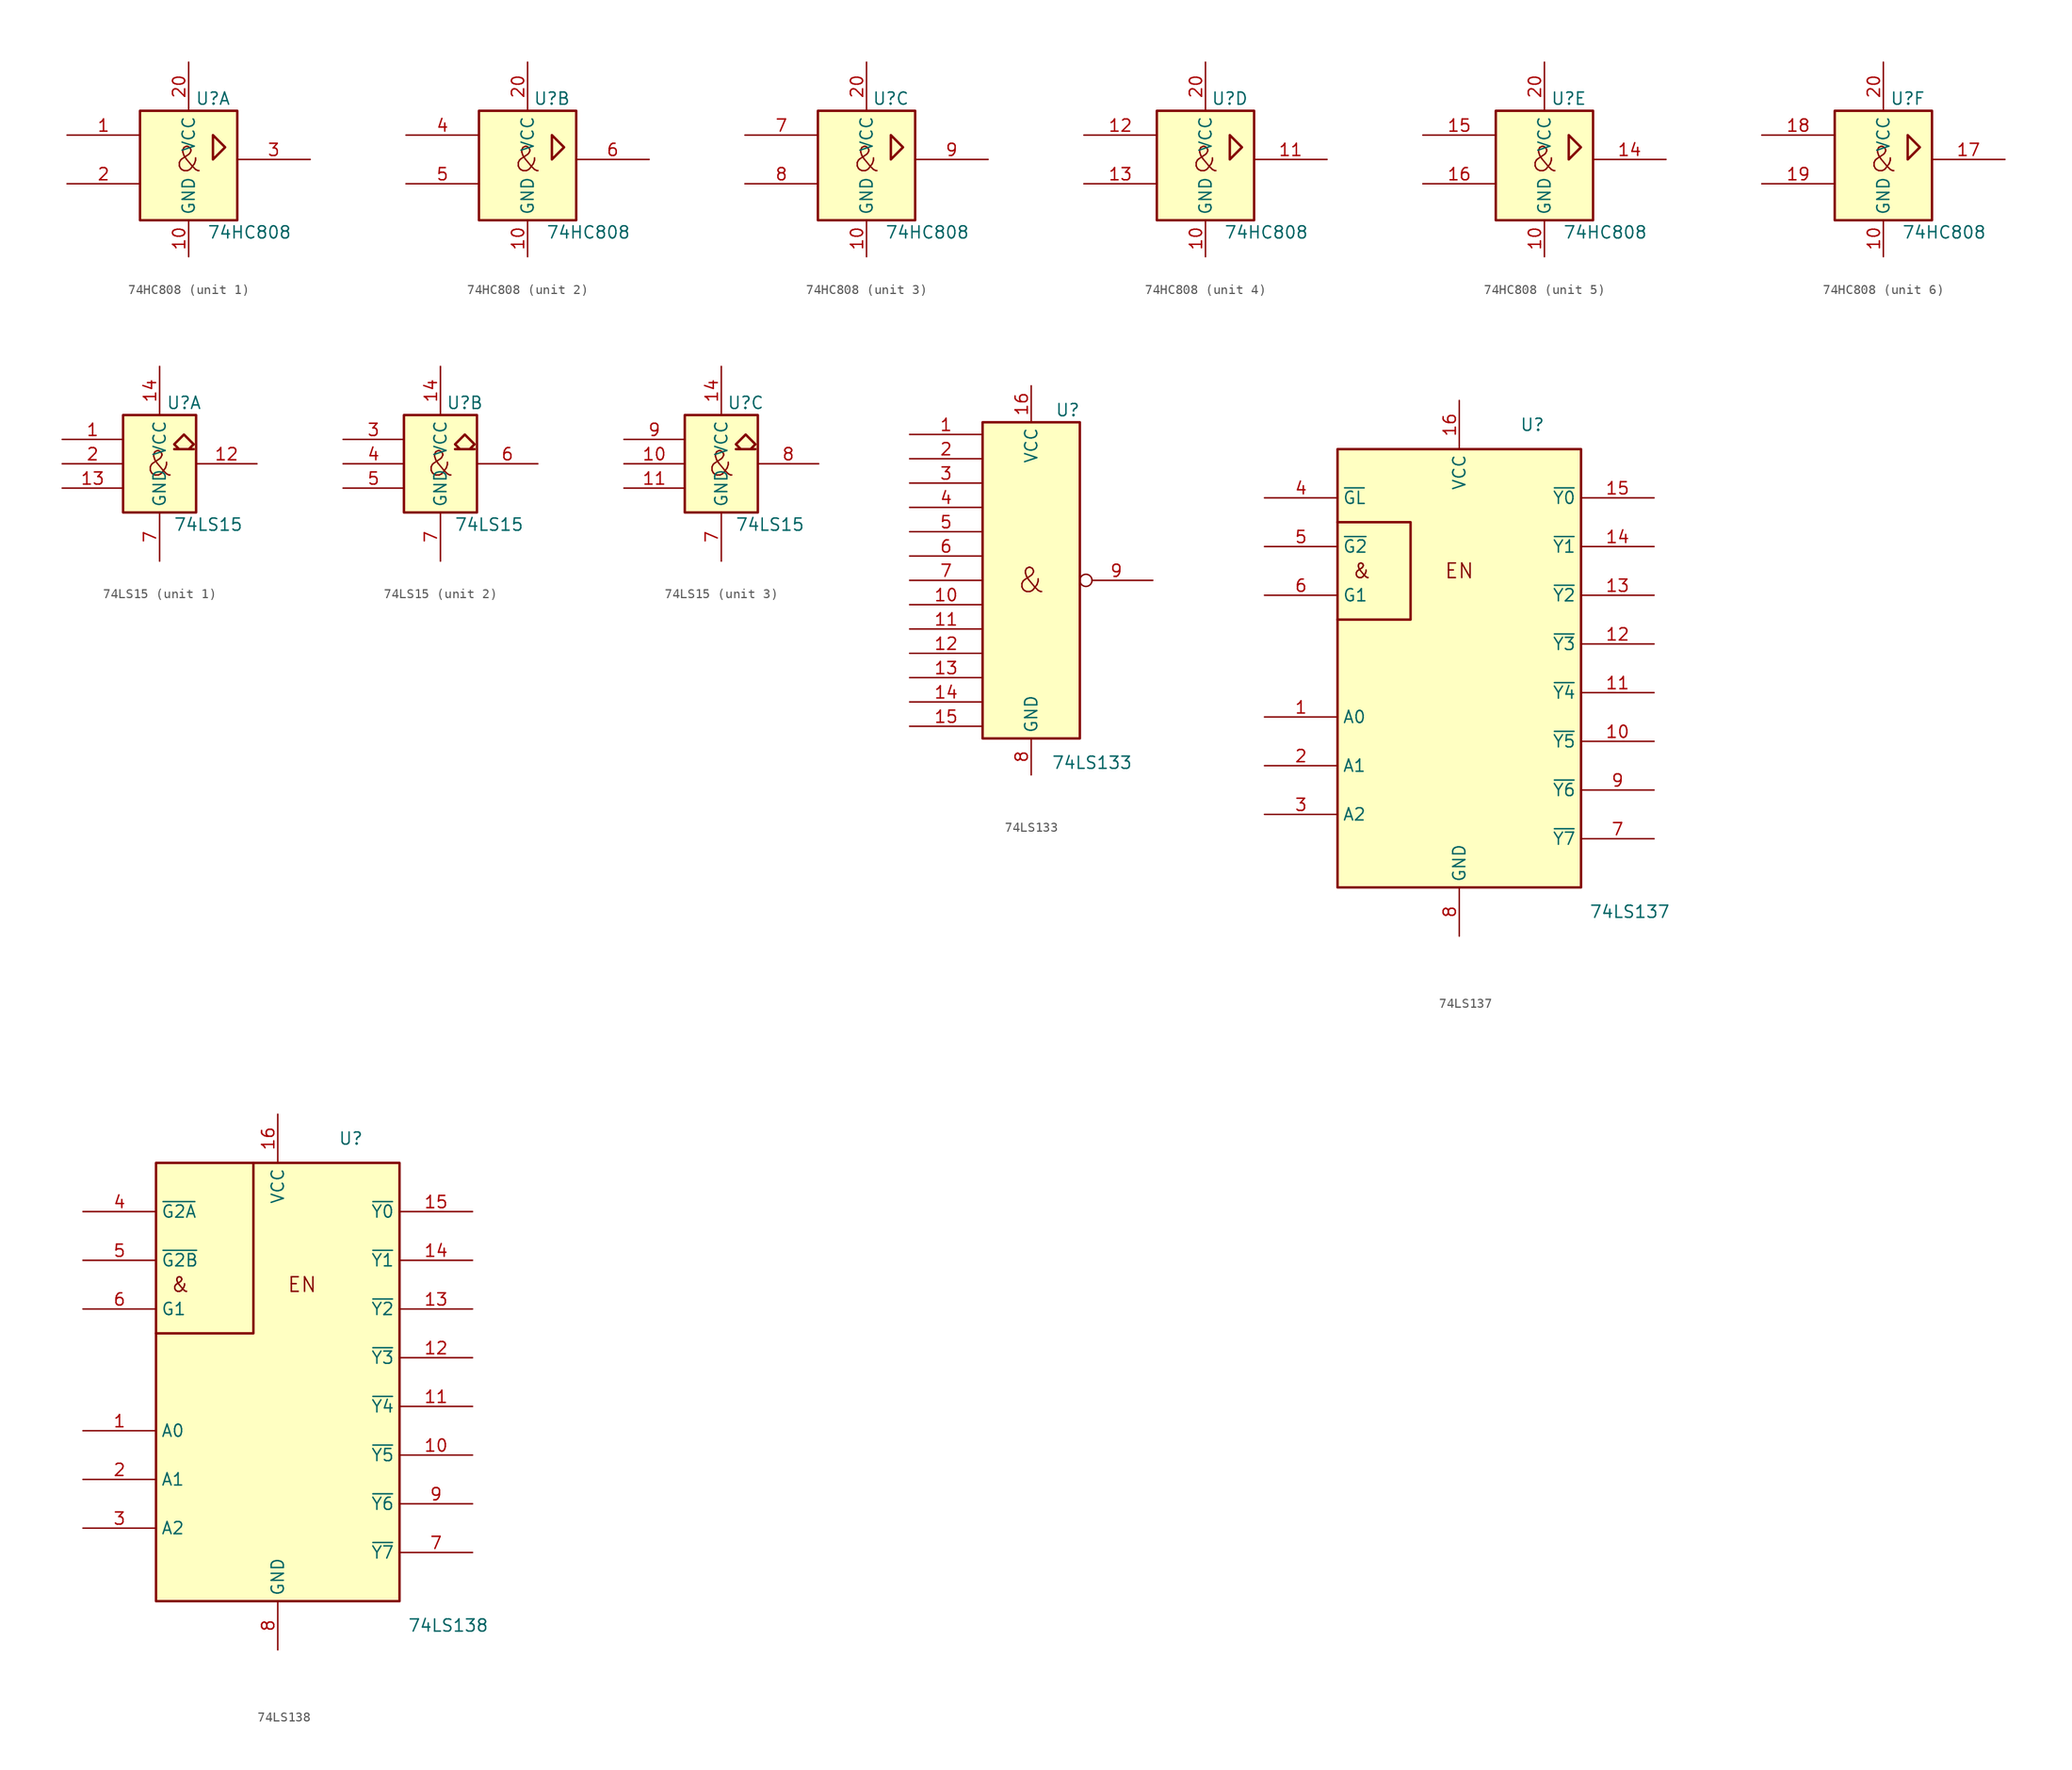
<source format=kicad_sym>
(kicad_symbol_lib
  (version 20241209)
  (generator "kicad_symbol_editor")
  (generator_version "9.0")
  (symbol "74HC808"
    (property "Reference" "U"
      (at 2.54 6.35 0)
      (effects (font (size 1.27 1.27))))
    (property "Value" "74HC808"
      (at 6.35 -7.62 0)
      (effects (font (size 1.27 1.27))))
    (symbol "74HC808_0_1"
      (rectangle (start -5.08 5.08) (end 5.08 -6.35) (stroke (width 0.254) (type default)) (fill (type background)))
      (polyline (pts (xy 2.54 0) (xy 2.54 2.54) (xy 3.81 1.27) (xy 2.54 0) (xy 2.54 0)) (stroke (width 0.254) (type default)) (fill (type background)))
      (text "&" (at 0 0 0) (effects (font (size 2.54 2.54))))
      (pin power_in line (at 0 10.16 270) (length 5.08) (name "VCC" (effects (font (size 1.27 1.27)))) (number "20" (effects (font (size 1.27 1.27)))))
      (pin power_in line (at 0 -10.16 90) (length 3.81) (name "GND" (effects (font (size 1.27 1.27)))) (number "10" (effects (font (size 1.27 1.27))))))
    (symbol "74HC808_1_1"
      (pin input line (at -12.7 2.54 0) (length 7.62) (name "~" (effects (font (size 1.27 1.27)))) (number "1" (effects (font (size 1.27 1.27)))))
      (pin input line (at -12.7 -2.54 0) (length 7.62) (name "~" (effects (font (size 1.27 1.27)))) (number "2" (effects (font (size 1.27 1.27)))))
      (pin output line (at 12.7 0 180) (length 7.62) (name "~" (effects (font (size 1.27 1.27)))) (number "3" (effects (font (size 1.27 1.27))))))
    (symbol "74HC808_2_1"
      (pin input line (at -12.7 2.54 0) (length 7.62) (name "~" (effects (font (size 1.27 1.27)))) (number "4" (effects (font (size 1.27 1.27)))))
      (pin input line (at -12.7 -2.54 0) (length 7.62) (name "~" (effects (font (size 1.27 1.27)))) (number "5" (effects (font (size 1.27 1.27)))))
      (pin output line (at 12.7 0 180) (length 7.62) (name "~" (effects (font (size 1.27 1.27)))) (number "6" (effects (font (size 1.27 1.27))))))
    (symbol "74HC808_3_1"
      (pin input line (at -12.7 2.54 0) (length 7.62) (name "~" (effects (font (size 1.27 1.27)))) (number "7" (effects (font (size 1.27 1.27)))))
      (pin input line (at -12.7 -2.54 0) (length 7.62) (name "~" (effects (font (size 1.27 1.27)))) (number "8" (effects (font (size 1.27 1.27)))))
      (pin output line (at 12.7 0 180) (length 7.62) (name "~" (effects (font (size 1.27 1.27)))) (number "9" (effects (font (size 1.27 1.27))))))
    (symbol "74HC808_4_1"
      (pin input line (at -12.7 2.54 0) (length 7.62) (name "~" (effects (font (size 1.27 1.27)))) (number "12" (effects (font (size 1.27 1.27)))))
      (pin input line (at -12.7 -2.54 0) (length 7.62) (name "~" (effects (font (size 1.27 1.27)))) (number "13" (effects (font (size 1.27 1.27)))))
      (pin output line (at 12.7 0 180) (length 7.62) (name "~" (effects (font (size 1.27 1.27)))) (number "11" (effects (font (size 1.27 1.27))))))
    (symbol "74HC808_5_1"
      (pin input line (at -12.7 2.54 0) (length 7.62) (name "~" (effects (font (size 1.27 1.27)))) (number "15" (effects (font (size 1.27 1.27)))))
      (pin input line (at -12.7 -2.54 0) (length 7.62) (name "~" (effects (font (size 1.27 1.27)))) (number "16" (effects (font (size 1.27 1.27)))))
      (pin output line (at 12.7 0 180) (length 7.62) (name "~" (effects (font (size 1.27 1.27)))) (number "14" (effects (font (size 1.27 1.27))))))
    (symbol "74HC808_6_1"
      (pin input line (at -12.7 2.54 0) (length 7.62) (name "~" (effects (font (size 1.27 1.27)))) (number "18" (effects (font (size 1.27 1.27)))))
      (pin input line (at -12.7 -2.54 0) (length 7.62) (name "~" (effects (font (size 1.27 1.27)))) (number "19" (effects (font (size 1.27 1.27)))))
      (pin output line (at 12.7 0 180) (length 7.62) (name "~" (effects (font (size 1.27 1.27)))) (number "17" (effects (font (size 1.27 1.27)))))))
  (symbol "74LS15"
    (property "Reference" "U"
      (at 2.54 6.35 0)
      (effects (font (size 1.27 1.27))))
    (property "Value" "74LS15"
      (at 5.08 -6.35 0)
      (effects (font (size 1.27 1.27))))
    (symbol "74LS15_0_0"
      (polyline (pts (xy 2.032 1.524) (xy 1.524 2.032) (xy 2.54 3.048) (xy 3.556 2.032) (xy 3.048 1.524) (xy 3.556 1.524) (xy 1.524 1.524) (xy 1.524 1.524)) (stroke (width 0.254) (type default)) (fill (type background)))
      (text "&" (at 0 0 0) (effects (font (size 2.54 2.54)))))
    (symbol "74LS15_0_1"
      (rectangle (start -3.81 5.08) (end 3.81 -5.08) (stroke (width 0.254) (type default)) (fill (type background)))
      (pin power_in line (at 0 10.16 270) (length 5.08) (name "VCC" (effects (font (size 1.27 1.27)))) (number "14" (effects (font (size 1.27 1.27)))))
      (pin power_in line (at 0 -10.16 90) (length 5.08) (name "GND" (effects (font (size 1.27 1.27)))) (number "7" (effects (font (size 1.27 1.27))))))
    (symbol "74LS15_1_1"
      (pin input line (at -10.16 2.54 0) (length 6.35) (name "~" (effects (font (size 1.27 1.27)))) (number "1" (effects (font (size 1.27 1.27)))))
      (pin input line (at -10.16 0 0) (length 6.35) (name "~" (effects (font (size 1.27 1.27)))) (number "2" (effects (font (size 1.27 1.27)))))
      (pin input line (at -10.16 -2.54 0) (length 6.35) (name "~" (effects (font (size 1.27 1.27)))) (number "13" (effects (font (size 1.27 1.27)))))
      (pin output line (at 10.16 0 180) (length 6.35) (name "~" (effects (font (size 1.27 1.27)))) (number "12" (effects (font (size 1.27 1.27))))))
    (symbol "74LS15_2_1"
      (pin input line (at -10.16 2.54 0) (length 6.35) (name "~" (effects (font (size 1.27 1.27)))) (number "3" (effects (font (size 1.27 1.27)))))
      (pin input line (at -10.16 0 0) (length 6.35) (name "~" (effects (font (size 1.27 1.27)))) (number "4" (effects (font (size 1.27 1.27)))))
      (pin input line (at -10.16 -2.54 0) (length 6.35) (name "~" (effects (font (size 1.27 1.27)))) (number "5" (effects (font (size 1.27 1.27)))))
      (pin output line (at 10.16 0 180) (length 6.35) (name "~" (effects (font (size 1.27 1.27)))) (number "6" (effects (font (size 1.27 1.27))))))
    (symbol "74LS15_3_1"
      (pin input line (at -10.16 2.54 0) (length 6.35) (name "~" (effects (font (size 1.27 1.27)))) (number "9" (effects (font (size 1.27 1.27)))))
      (pin input line (at -10.16 0 0) (length 6.35) (name "~" (effects (font (size 1.27 1.27)))) (number "10" (effects (font (size 1.27 1.27)))))
      (pin input line (at -10.16 -2.54 0) (length 6.35) (name "~" (effects (font (size 1.27 1.27)))) (number "11" (effects (font (size 1.27 1.27)))))
      (pin output line (at 10.16 0 180) (length 6.35) (name "~" (effects (font (size 1.27 1.27)))) (number "8" (effects (font (size 1.27 1.27)))))))
  (symbol "74LS133"
    (property "Reference" "U"
      (at 3.81 17.78 0)
      (effects (font (size 1.27 1.27))))
    (property "Value" "74LS133"
      (at 6.35 -19.05 0)
      (effects (font (size 1.27 1.27))))
    (symbol "74LS133_0_0"
      (text "&" (at 0 0 0) (effects (font (size 2.54 2.54)))))
    (symbol "74LS133_0_1"
      (rectangle (start -5.08 16.51) (end 5.08 -16.51) (stroke (width 0.254) (type default)) (fill (type background)))
      (pin power_in line (at 0 20.32 270) (length 3.81) (name "VCC" (effects (font (size 1.27 1.27)))) (number "16" (effects (font (size 1.27 1.27)))))
      (pin power_in line (at 0 -20.32 90) (length 3.81) (name "GND" (effects (font (size 1.27 1.27)))) (number "8" (effects (font (size 1.27 1.27))))))
    (symbol "74LS133_1_1"
      (pin input line (at -12.7 15.24 0) (length 7.62) (name "~" (effects (font (size 1.27 1.27)))) (number "1" (effects (font (size 1.27 1.27)))))
      (pin input line (at -12.7 12.7 0) (length 7.62) (name "~" (effects (font (size 1.27 1.27)))) (number "2" (effects (font (size 1.27 1.27)))))
      (pin input line (at -12.7 10.16 0) (length 7.62) (name "~" (effects (font (size 1.27 1.27)))) (number "3" (effects (font (size 1.27 1.27)))))
      (pin input line (at -12.7 7.62 0) (length 7.62) (name "~" (effects (font (size 1.27 1.27)))) (number "4" (effects (font (size 1.27 1.27)))))
      (pin input line (at -12.7 5.08 0) (length 7.62) (name "~" (effects (font (size 1.27 1.27)))) (number "5" (effects (font (size 1.27 1.27)))))
      (pin input line (at -12.7 2.54 0) (length 7.62) (name "~" (effects (font (size 1.27 1.27)))) (number "6" (effects (font (size 1.27 1.27)))))
      (pin input line (at -12.7 0 0) (length 7.62) (name "~" (effects (font (size 1.27 1.27)))) (number "7" (effects (font (size 1.27 1.27)))))
      (pin input line (at -12.7 -2.54 0) (length 7.62) (name "~" (effects (font (size 1.27 1.27)))) (number "10" (effects (font (size 1.27 1.27)))))
      (pin input line (at -12.7 -5.08 0) (length 7.62) (name "~" (effects (font (size 1.27 1.27)))) (number "11" (effects (font (size 1.27 1.27)))))
      (pin input line (at -12.7 -7.62 0) (length 7.62) (name "~" (effects (font (size 1.27 1.27)))) (number "12" (effects (font (size 1.27 1.27)))))
      (pin input line (at -12.7 -10.16 0) (length 7.62) (name "~" (effects (font (size 1.27 1.27)))) (number "13" (effects (font (size 1.27 1.27)))))
      (pin input line (at -12.7 -12.7 0) (length 7.62) (name "~" (effects (font (size 1.27 1.27)))) (number "14" (effects (font (size 1.27 1.27)))))
      (pin input line (at -12.7 -15.24 0) (length 7.62) (name "~" (effects (font (size 1.27 1.27)))) (number "15" (effects (font (size 1.27 1.27)))))
      (pin output inverted (at 12.7 0 180) (length 7.62) (name "~" (effects (font (size 1.27 1.27)))) (number "9" (effects (font (size 1.27 1.27)))))))
  (symbol "74LS137"
    (property "Reference" "U"
      (at 7.62 17.78 0)
      (effects (font (size 1.27 1.27))))
    (property "Value" "74LS137"
      (at 17.78 -33.02 0)
      (effects (font (size 1.27 1.27))))
    (symbol "74LS137_0_0"
      (polyline (pts (xy -12.7 7.62) (xy -5.08 7.62) (xy -5.08 -2.54) (xy -12.7 -2.54) (xy -12.7 -2.54)) (stroke (width 0.254) (type default)) (fill (type background)))
      (text "&" (at -10.16 2.54 0) (effects (font (size 1.524 1.524))))
      (text "EN" (at 0 2.54 0) (effects (font (size 1.524 1.524))))
      (pin power_in line (at 0 20.32 270) (length 5.08) (name "VCC" (effects (font (size 1.27 1.27)))) (number "16" (effects (font (size 1.27 1.27))))))
    (symbol "74LS137_0_1"
      (rectangle (start -12.7 15.24) (end 12.7 -30.48) (stroke (width 0.254) (type default)) (fill (type background))))
    (symbol "74LS137_1_1"
      (pin input line (at -20.32 10.16 0) (length 7.62) (name "~{GL}" (effects (font (size 1.27 1.27)))) (number "4" (effects (font (size 1.27 1.27)))))
      (pin input line (at -20.32 5.08 0) (length 7.62) (name "~{G2}" (effects (font (size 1.27 1.27)))) (number "5" (effects (font (size 1.27 1.27)))))
      (pin input line (at -20.32 0 0) (length 7.62) (name "G1" (effects (font (size 1.27 1.27)))) (number "6" (effects (font (size 1.27 1.27)))))
      (pin input line (at -20.32 -12.7 0) (length 7.62) (name "A0" (effects (font (size 1.27 1.27)))) (number "1" (effects (font (size 1.27 1.27)))))
      (pin input line (at -20.32 -17.78 0) (length 7.62) (name "A1" (effects (font (size 1.27 1.27)))) (number "2" (effects (font (size 1.27 1.27)))))
      (pin input line (at -20.32 -22.86 0) (length 7.62) (name "A2" (effects (font (size 1.27 1.27)))) (number "3" (effects (font (size 1.27 1.27)))))
      (pin power_in line (at 0 -35.56 90) (length 5.08) (name "GND" (effects (font (size 1.27 1.27)))) (number "8" (effects (font (size 1.27 1.27)))))
      (pin output line (at 20.32 10.16 180) (length 7.62) (name "~{Y0}" (effects (font (size 1.27 1.27)))) (number "15" (effects (font (size 1.27 1.27)))))
      (pin output line (at 20.32 5.08 180) (length 7.62) (name "~{Y1}" (effects (font (size 1.27 1.27)))) (number "14" (effects (font (size 1.27 1.27)))))
      (pin output line (at 20.32 0 180) (length 7.62) (name "~{Y2}" (effects (font (size 1.27 1.27)))) (number "13" (effects (font (size 1.27 1.27)))))
      (pin output line (at 20.32 -5.08 180) (length 7.62) (name "~{Y3}" (effects (font (size 1.27 1.27)))) (number "12" (effects (font (size 1.27 1.27)))))
      (pin output line (at 20.32 -10.16 180) (length 7.62) (name "~{Y4}" (effects (font (size 1.27 1.27)))) (number "11" (effects (font (size 1.27 1.27)))))
      (pin output line (at 20.32 -15.24 180) (length 7.62) (name "~{Y5}" (effects (font (size 1.27 1.27)))) (number "10" (effects (font (size 1.27 1.27)))))
      (pin output line (at 20.32 -20.32 180) (length 7.62) (name "~{Y6}" (effects (font (size 1.27 1.27)))) (number "9" (effects (font (size 1.27 1.27)))))
      (pin output line (at 20.32 -25.4 180) (length 7.62) (name "~{Y7}" (effects (font (size 1.27 1.27)))) (number "7" (effects (font (size 1.27 1.27)))))))
  (symbol "74LS138"
    (property "Reference" "U"
      (at 7.62 17.78 0)
      (effects (font (size 1.27 1.27))))
    (property "Value" "74LS138"
      (at 17.78 -33.02 0)
      (effects (font (size 1.27 1.27))))
    (symbol "74LS138_0_0"
      (polyline (pts (xy -2.54 15.24) (xy -2.54 -2.54) (xy -12.7 -2.54) (xy -12.7 -2.54)) (stroke (width 0.254) (type default)) (fill (type background)))
      (text "&" (at -10.16 2.54 0) (effects (font (size 1.524 1.524))))
      (text "EN" (at 2.54 2.54 0) (effects (font (size 1.524 1.524))))
      (pin power_in line (at 0 20.32 270) (length 5.08) (name "VCC" (effects (font (size 1.27 1.27)))) (number "16" (effects (font (size 1.27 1.27))))))
    (symbol "74LS138_0_1"
      (rectangle (start -12.7 15.24) (end 12.7 -30.48) (stroke (width 0.254) (type default)) (fill (type background))))
    (symbol "74LS138_1_1"
      (pin input line (at -20.32 10.16 0) (length 7.62) (name "~{G2A}" (effects (font (size 1.27 1.27)))) (number "4" (effects (font (size 1.27 1.27)))))
      (pin input line (at -20.32 5.08 0) (length 7.62) (name "~{G2B}" (effects (font (size 1.27 1.27)))) (number "5" (effects (font (size 1.27 1.27)))))
      (pin input line (at -20.32 0 0) (length 7.62) (name "G1" (effects (font (size 1.27 1.27)))) (number "6" (effects (font (size 1.27 1.27)))))
      (pin input line (at -20.32 -12.7 0) (length 7.62) (name "A0" (effects (font (size 1.27 1.27)))) (number "1" (effects (font (size 1.27 1.27)))))
      (pin input line (at -20.32 -17.78 0) (length 7.62) (name "A1" (effects (font (size 1.27 1.27)))) (number "2" (effects (font (size 1.27 1.27)))))
      (pin input line (at -20.32 -22.86 0) (length 7.62) (name "A2" (effects (font (size 1.27 1.27)))) (number "3" (effects (font (size 1.27 1.27)))))
      (pin power_in line (at 0 -35.56 90) (length 5.08) (name "GND" (effects (font (size 1.27 1.27)))) (number "8" (effects (font (size 1.27 1.27)))))
      (pin output line (at 20.32 10.16 180) (length 7.62) (name "~{Y0}" (effects (font (size 1.27 1.27)))) (number "15" (effects (font (size 1.27 1.27)))))
      (pin output line (at 20.32 5.08 180) (length 7.62) (name "~{Y1}" (effects (font (size 1.27 1.27)))) (number "14" (effects (font (size 1.27 1.27)))))
      (pin output line (at 20.32 0 180) (length 7.62) (name "~{Y2}" (effects (font (size 1.27 1.27)))) (number "13" (effects (font (size 1.27 1.27)))))
      (pin output line (at 20.32 -5.08 180) (length 7.62) (name "~{Y3}" (effects (font (size 1.27 1.27)))) (number "12" (effects (font (size 1.27 1.27)))))
      (pin output line (at 20.32 -10.16 180) (length 7.62) (name "~{Y4}" (effects (font (size 1.27 1.27)))) (number "11" (effects (font (size 1.27 1.27)))))
      (pin output line (at 20.32 -15.24 180) (length 7.62) (name "~{Y5}" (effects (font (size 1.27 1.27)))) (number "10" (effects (font (size 1.27 1.27)))))
      (pin output line (at 20.32 -20.32 180) (length 7.62) (name "~{Y6}" (effects (font (size 1.27 1.27)))) (number "9" (effects (font (size 1.27 1.27)))))
      (pin output line (at 20.32 -25.4 180) (length 7.62) (name "~{Y7}" (effects (font (size 1.27 1.27)))) (number "7" (effects (font (size 1.27 1.27))))))))
</source>
